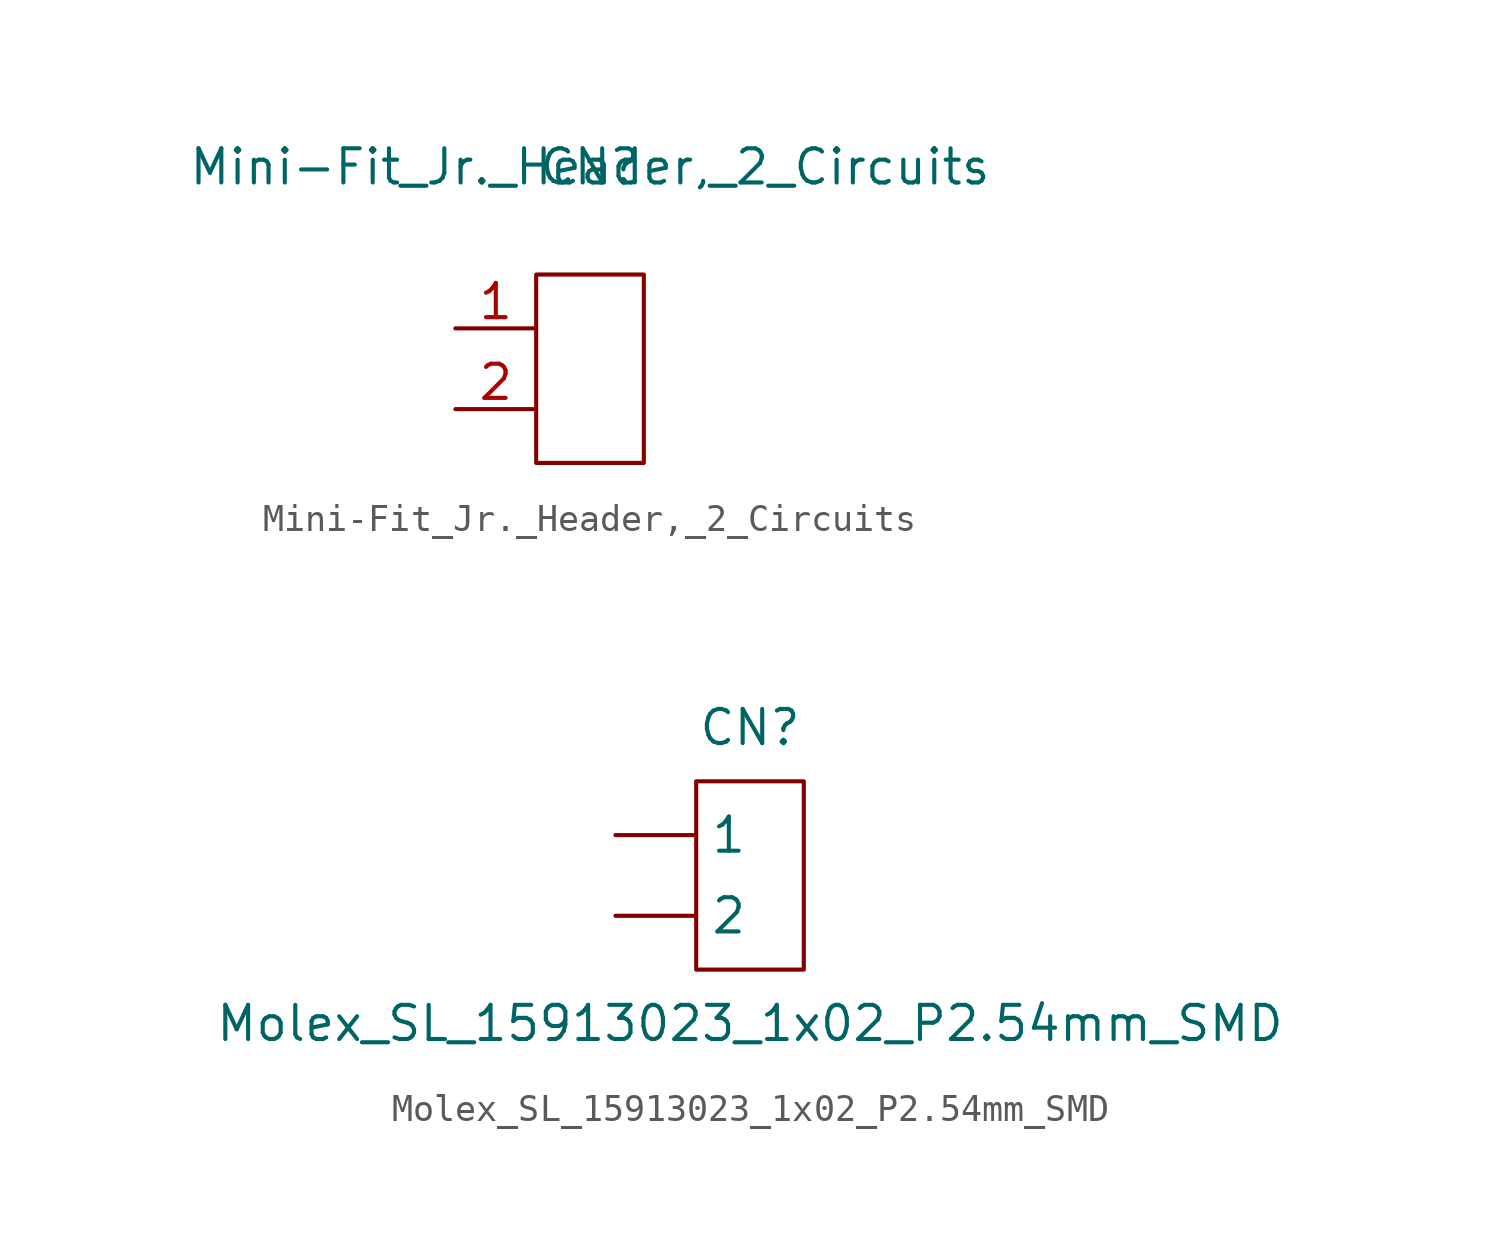
<source format=kicad_sym>
(kicad_symbol_lib
  (version 20211014)
  (generator kicad_symbol_editor)
  (symbol "Mini-Fit_Jr._Header,_2_Circuits"
    (pin_names hide)
    (property "Reference" "CN"
      (at 0 0 0)
      (effects (font (size 1.27 1.27))))
    (property "Value" "Mini-Fit_Jr._Header,_2_Circuits"
      (at 0 0 0)
      (effects (font (size 1.27 1.27))))
    (symbol "Mini-Fit_Jr._Header,_2_Circuits_0_1"
      (rectangle (start -2 -4) (end 2 -11) (stroke (width 0) (type default) (color 0 0 0 0)) (fill (type none))))
    (symbol "Mini-Fit_Jr._Header,_2_Circuits_1_1"
      (pin input line (at -5 -6 0) (length 3) (name "1" (effects (font (size 1.27 1.27)))) (number "1" (effects (font (size 1.27 1.27)))))
      (pin input line (at -5 -9 0) (length 3) (name "2" (effects (font (size 1.27 1.27)))) (number "2" (effects (font (size 1.27 1.27)))))))
  (symbol "Molex_SL_15913023_1x02_P2.54mm_SMD"
    (pin_numbers hide)
    (property "Reference" "CN"
      (at 0 -1 0)
      (effects (font (size 1.27 1.27))))
    (property "Value" "Molex_SL_15913023_1x02_P2.54mm_SMD"
      (at 0 -12 0)
      (effects (font (size 1.27 1.27))))
    (symbol "Molex_SL_15913023_1x02_P2.54mm_SMD_0_1"
      (rectangle (start -2 -3) (end 2 -10) (stroke (width 0) (type default) (color 0 0 0 0)) (fill (type none))))
    (symbol "Molex_SL_15913023_1x02_P2.54mm_SMD_1_1"
      (pin input line (at -5 -5 0) (length 3) (name "1" (effects (font (size 1.27 1.27)))) (number "1" (effects (font (size 1.27 1.27)))))
      (pin input line (at -5 -8 0) (length 3) (name "2" (effects (font (size 1.27 1.27)))) (number "2" (effects (font (size 1.27 1.27))))))))
</source>
